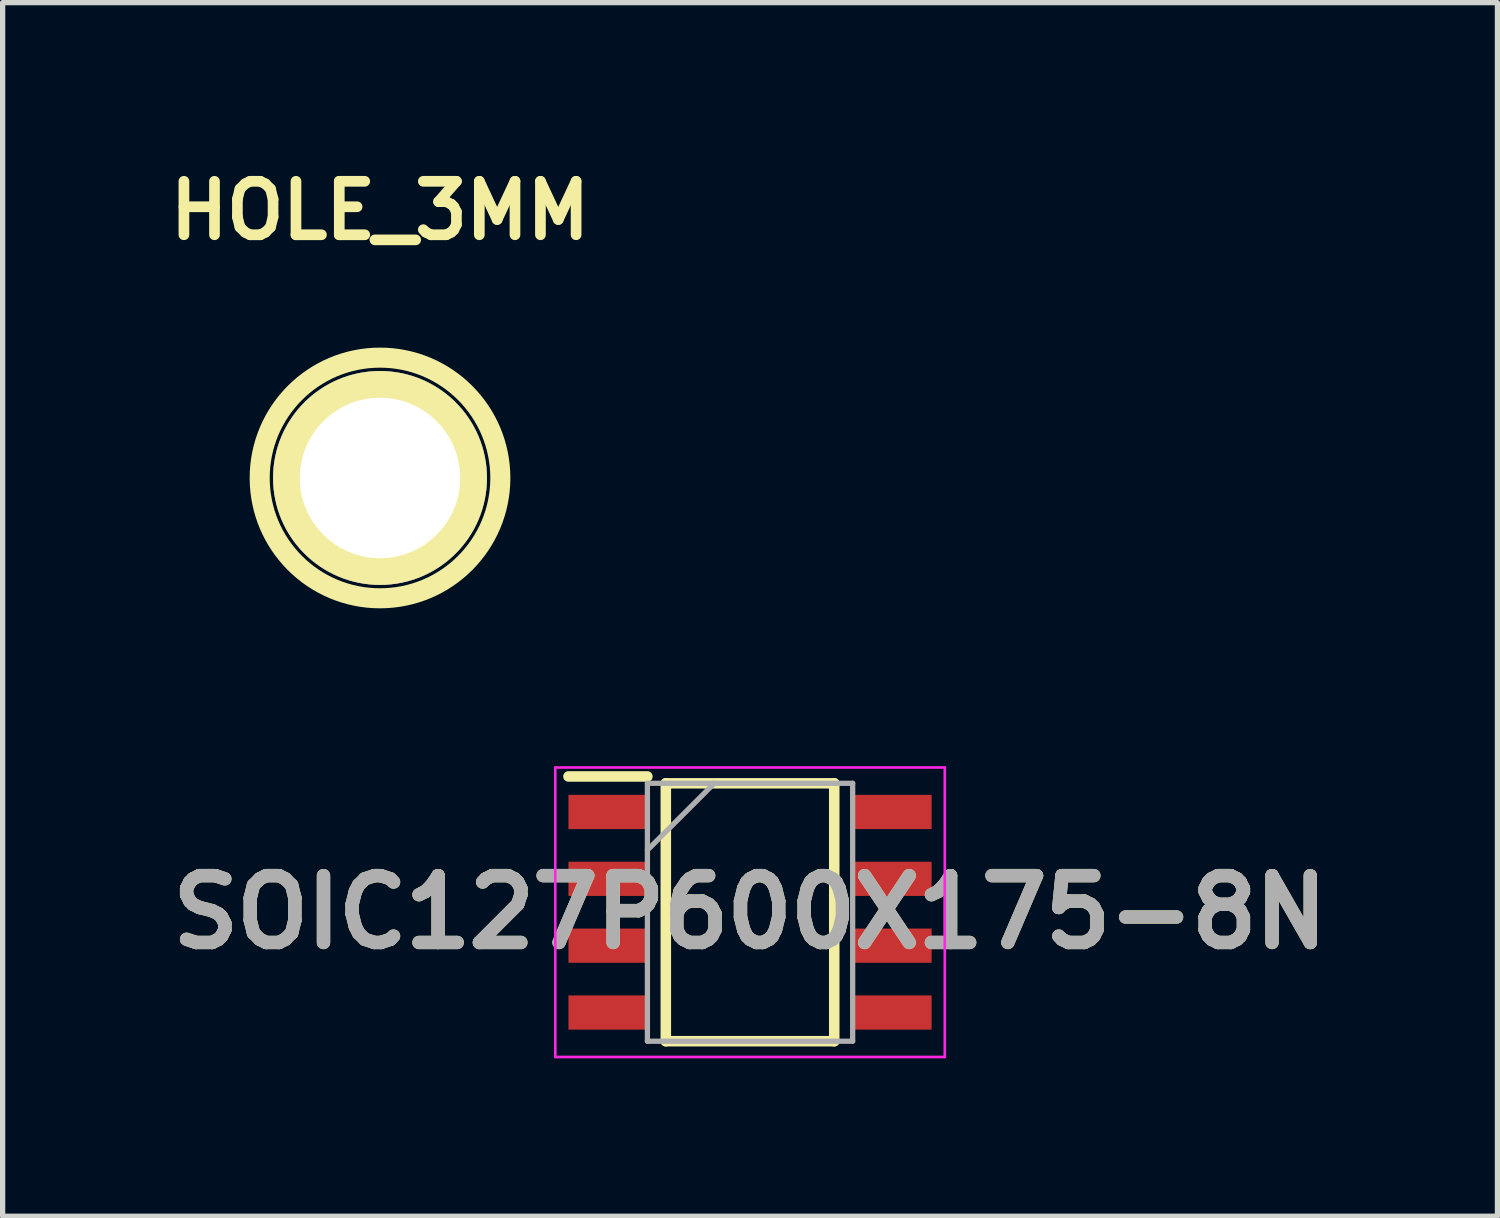
<source format=kicad_pcb>
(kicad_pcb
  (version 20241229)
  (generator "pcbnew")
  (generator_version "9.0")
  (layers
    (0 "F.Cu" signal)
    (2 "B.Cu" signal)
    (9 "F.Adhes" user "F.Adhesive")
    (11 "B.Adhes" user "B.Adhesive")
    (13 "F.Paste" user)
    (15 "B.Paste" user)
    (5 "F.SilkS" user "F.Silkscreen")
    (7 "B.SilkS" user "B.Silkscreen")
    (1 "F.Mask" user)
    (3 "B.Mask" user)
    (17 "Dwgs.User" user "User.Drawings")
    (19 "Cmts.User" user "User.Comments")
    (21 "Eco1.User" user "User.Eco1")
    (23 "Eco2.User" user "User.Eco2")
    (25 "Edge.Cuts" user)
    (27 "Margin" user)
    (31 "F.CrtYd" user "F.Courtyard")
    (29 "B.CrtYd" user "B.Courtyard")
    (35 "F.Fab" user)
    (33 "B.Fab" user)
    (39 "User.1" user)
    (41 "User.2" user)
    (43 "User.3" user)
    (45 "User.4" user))
  (footprint "HOLE_3MM"
    (layer "F.Cu")
    (at 4.17 6.031)
    (property "Reference" "HOLE_3MM" (at 0 -5.08 0) (layer "F.SilkS") (effects (font (size 1.016 1.016) (thickness 0.203))))
    (fp_circle (center 0 0) (end 0 -2.286) (stroke (width 0.381) (type solid)) (fill no) (layer "F.SilkS"))
    (pad "1" thru_hole circle (at 0 0) (size 4.064 4.064) (drill 3.048) (layers "*.Cu" "*.Mask" "F.SilkS")))
  (footprint "SOIC127P600X175-8N"
    (layer "F.Cu")
    (at 11.2 14.282)
    (property "Reference" "SOIC127P600X175-8N" (at 0 0 0) (layer "F.SilkS") (effects (font (size 1.27 1.27) (thickness 0.254))))
    (attr smd)
    (fp_line (start -3.45 -2.58) (end -1.95 -2.58) (stroke (width 0.2) (type solid)) (layer "F.SilkS"))
    (fp_line (start -1.6 -2.45) (end 1.6 -2.45) (stroke (width 0.2) (type solid)) (layer "F.SilkS"))
    (fp_line (start -1.6 2.45) (end -1.6 -2.45) (stroke (width 0.2) (type solid)) (layer "F.SilkS"))
    (fp_line (start 1.6 -2.45) (end 1.6 2.45) (stroke (width 0.2) (type solid)) (layer "F.SilkS"))
    (fp_line (start 1.6 2.45) (end -1.6 2.45) (stroke (width 0.2) (type solid)) (layer "F.SilkS"))
    (fp_line (start -3.7 -2.75) (end 3.7 -2.75) (stroke (width 0.05) (type solid)) (layer "F.CrtYd"))
    (fp_line (start -3.7 2.75) (end -3.7 -2.75) (stroke (width 0.05) (type solid)) (layer "F.CrtYd"))
    (fp_line (start 3.7 -2.75) (end 3.7 2.75) (stroke (width 0.05) (type solid)) (layer "F.CrtYd"))
    (fp_line (start 3.7 2.75) (end -3.7 2.75) (stroke (width 0.05) (type solid)) (layer "F.CrtYd"))
    (fp_line (start -1.95 -2.45) (end 1.95 -2.45) (stroke (width 0.1) (type solid)) (layer "F.Fab"))
    (fp_line (start -1.95 -1.18) (end -0.68 -2.45) (stroke (width 0.1) (type solid)) (layer "F.Fab"))
    (fp_line (start -1.95 2.45) (end -1.95 -2.45) (stroke (width 0.1) (type solid)) (layer "F.Fab"))
    (fp_line (start 1.95 -2.45) (end 1.95 2.45) (stroke (width 0.1) (type solid)) (layer "F.Fab"))
    (fp_line (start 1.95 2.45) (end -1.95 2.45) (stroke (width 0.1) (type solid)) (layer "F.Fab"))
    (fp_text user "${REFERENCE}" (at 0 0 0) (layer "F.Fab") (effects (font (size 1.27 1.27) (thickness 0.254))))
    (pad "1" smd rect (at -2.7 -1.905 90) (size 0.65 1.5) (layers "F.Cu" "F.Mask" "F.Paste"))
    (pad "2" smd rect (at -2.7 -0.635 90) (size 0.65 1.5) (layers "F.Cu" "F.Mask" "F.Paste"))
    (pad "3" smd rect (at -2.7 0.635 90) (size 0.65 1.5) (layers "F.Cu" "F.Mask" "F.Paste"))
    (pad "4" smd rect (at -2.7 1.905 90) (size 0.65 1.5) (layers "F.Cu" "F.Mask" "F.Paste"))
    (pad "5" smd rect (at 2.7 1.905 90) (size 0.65 1.5) (layers "F.Cu" "F.Mask" "F.Paste"))
    (pad "6" smd rect (at 2.7 0.635 90) (size 0.65 1.5) (layers "F.Cu" "F.Mask" "F.Paste"))
    (pad "7" smd rect (at 2.7 -0.635 90) (size 0.65 1.5) (layers "F.Cu" "F.Mask" "F.Paste"))
    (pad "8" smd rect (at 2.7 -1.905 90) (size 0.65 1.5) (layers "F.Cu" "F.Mask" "F.Paste")))
  (gr_rect
    (start -3 -3)
    (end 25.4 20.057)
    (stroke (width 0.1) (type default))
    (fill no)
    (layer "Edge.Cuts")))
</source>
